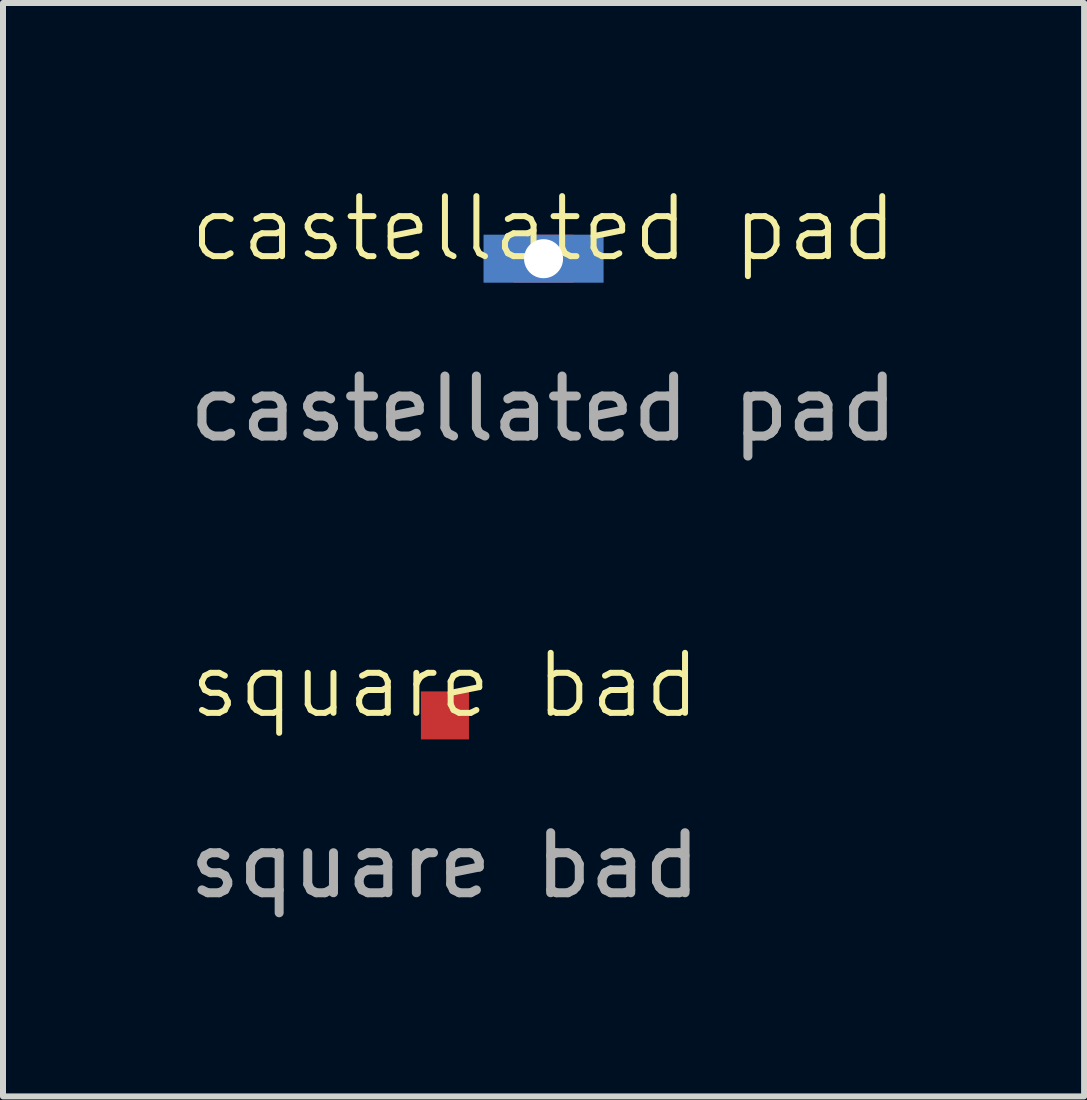
<source format=kicad_pcb>
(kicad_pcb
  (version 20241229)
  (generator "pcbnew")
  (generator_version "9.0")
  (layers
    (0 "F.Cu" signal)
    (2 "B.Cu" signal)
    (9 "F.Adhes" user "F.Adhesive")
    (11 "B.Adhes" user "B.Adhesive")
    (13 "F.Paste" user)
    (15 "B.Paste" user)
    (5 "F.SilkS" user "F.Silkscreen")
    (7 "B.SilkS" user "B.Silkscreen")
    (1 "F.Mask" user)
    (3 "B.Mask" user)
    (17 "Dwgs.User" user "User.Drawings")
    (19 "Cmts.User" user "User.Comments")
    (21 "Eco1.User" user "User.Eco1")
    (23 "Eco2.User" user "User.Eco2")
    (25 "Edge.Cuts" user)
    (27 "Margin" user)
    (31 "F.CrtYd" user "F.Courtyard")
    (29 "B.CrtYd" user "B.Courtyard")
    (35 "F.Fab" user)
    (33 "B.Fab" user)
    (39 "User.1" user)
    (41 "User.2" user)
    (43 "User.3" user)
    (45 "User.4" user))
  (footprint "castellated pad"
    (layer "F.Cu")
    (at 6.006 1.26)
    (property "Reference" "castellated pad" (at 0 -0.5 0) (unlocked yes) (layer "F.SilkS") (effects (font (size 1 1) (thickness 0.1))))
    (fp_text user "${REFERENCE}" (at 0 2.5 0) (unlocked yes) (layer "F.Fab") (effects (font (size 1 1) (thickness 0.15))))
    (pad "1" thru_hole rect (at 0 0) (size 1 0.8) (drill 0.65) (property pad_prop_castellated) (layers "*.Cu" "*.Mask") (padstack (mode custom) (layer "B.Cu" (shape rect) (size 2 0.8)))))
  (footprint "square bad"
    (layer "F.Cu")
    (at 4.363 8.869)
    (property "Reference" "square bad" (at 0 -0.5 0) (unlocked yes) (layer "F.SilkS") (effects (font (size 1 1) (thickness 0.1))))
    (fp_text user "${REFERENCE}" (at 0 2.5 0) (unlocked yes) (layer "F.Fab") (effects (font (size 1 1) (thickness 0.15))))
    (pad "1" smd rect (at 0 0) (size 0.8 0.8) (layers "F.Cu" "F.Mask" "F.Paste")))
  (gr_rect
    (start -3 -3)
    (end 15.012 15.217)
    (stroke (width 0.1) (type default))
    (fill no)
    (layer "Edge.Cuts")))
</source>
